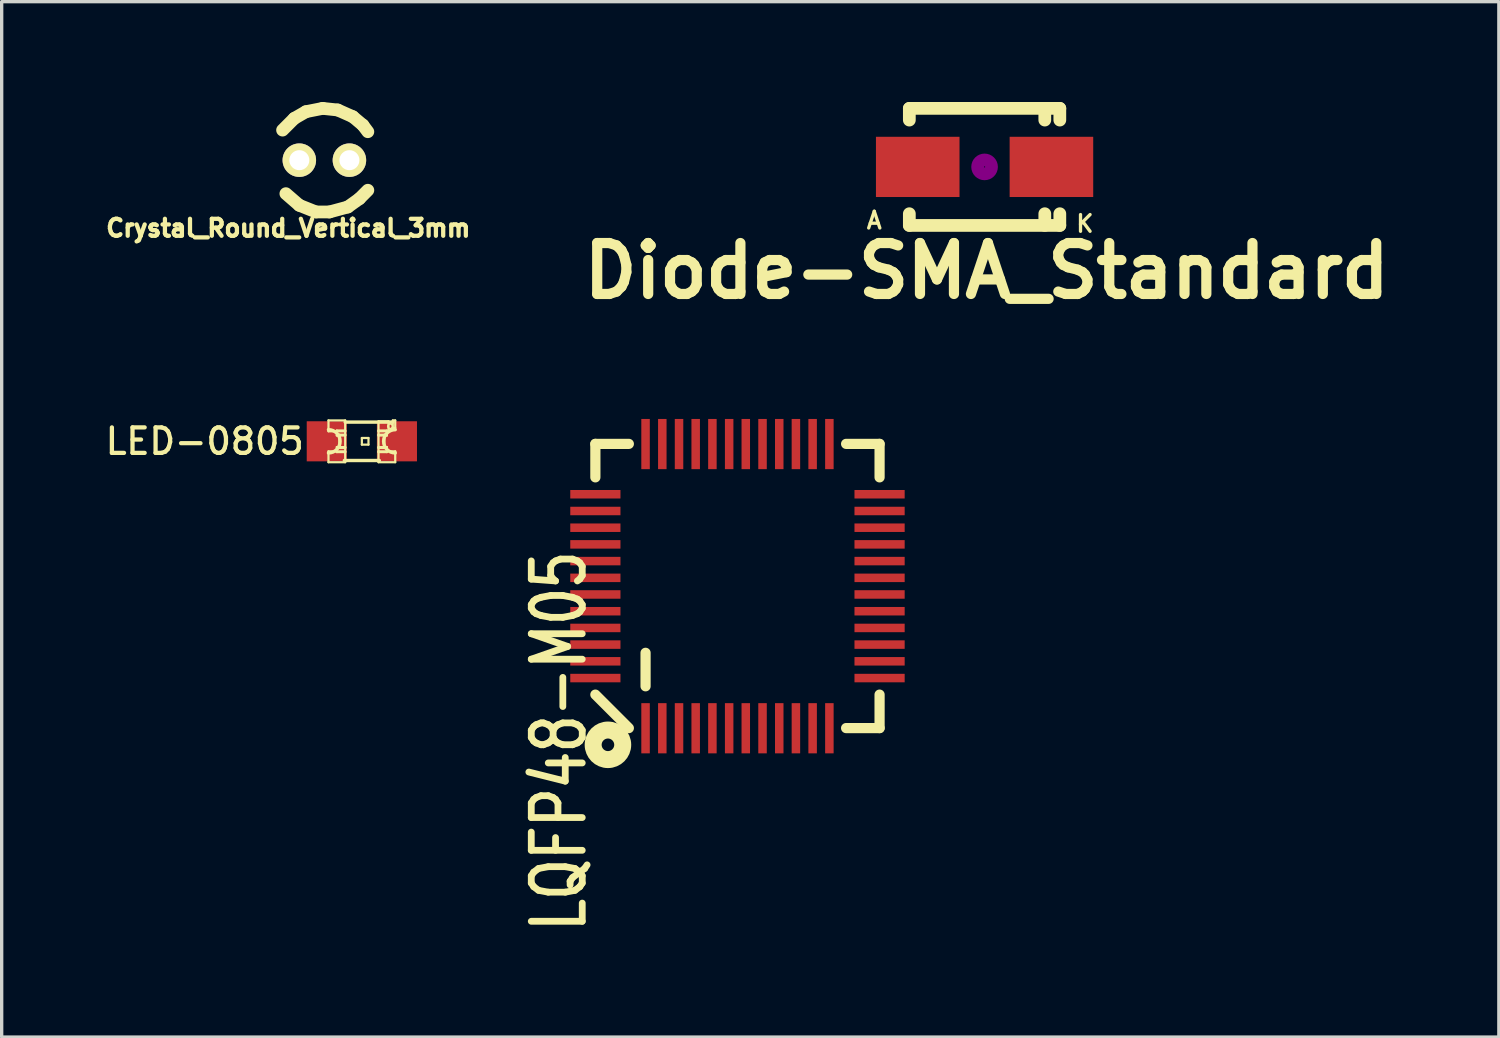
<source format=kicad_pcb>
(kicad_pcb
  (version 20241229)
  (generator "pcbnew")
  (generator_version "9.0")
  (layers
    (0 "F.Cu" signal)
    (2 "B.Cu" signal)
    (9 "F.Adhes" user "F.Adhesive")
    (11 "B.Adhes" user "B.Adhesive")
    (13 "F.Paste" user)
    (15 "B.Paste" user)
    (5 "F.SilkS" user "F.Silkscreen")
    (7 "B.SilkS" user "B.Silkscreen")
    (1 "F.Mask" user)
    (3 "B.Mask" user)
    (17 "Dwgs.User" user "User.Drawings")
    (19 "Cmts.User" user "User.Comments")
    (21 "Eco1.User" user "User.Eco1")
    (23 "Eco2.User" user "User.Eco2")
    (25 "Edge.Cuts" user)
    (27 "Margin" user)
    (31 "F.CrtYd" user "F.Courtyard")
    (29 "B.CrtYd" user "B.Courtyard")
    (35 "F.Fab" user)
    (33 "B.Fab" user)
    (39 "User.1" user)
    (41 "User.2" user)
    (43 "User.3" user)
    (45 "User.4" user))
  (footprint "LQFP48-M05"
    (layer "F.Cu")
    (at 19.001 14.476)
    (property "Reference" "LQFP48-M05" (at -5.334 4.636 90) (layer "F.SilkS") (effects (font (size 1.524 1.143) (thickness 0.203))))
    (attr smd)
    (fp_line (start -4.247 -4.252) (end -3.246 -4.252) (stroke (width 0.305) (type solid)) (layer "F.SilkS"))
    (fp_line (start -4.247 -3.251) (end -4.247 -4.252) (stroke (width 0.305) (type solid)) (layer "F.SilkS"))
    (fp_line (start -4.247 3.246) (end -3.246 4.247) (stroke (width 0.305) (type solid)) (layer "F.SilkS"))
    (fp_line (start -2.746 2.997) (end -2.746 1.996) (stroke (width 0.305) (type solid)) (layer "F.SilkS"))
    (fp_line (start 4.252 -4.252) (end 3.251 -4.252) (stroke (width 0.305) (type solid)) (layer "F.SilkS"))
    (fp_line (start 4.252 -3.251) (end 4.252 -4.252) (stroke (width 0.305) (type solid)) (layer "F.SilkS"))
    (fp_line (start 4.252 3.246) (end 4.252 4.247) (stroke (width 0.305) (type solid)) (layer "F.SilkS"))
    (fp_line (start 4.252 4.247) (end 3.251 4.247) (stroke (width 0.305) (type solid)) (layer "F.SilkS"))
    (fp_circle (center -3.871 4.747) (end -3.683 4.747) (stroke (width 0.508) (type solid)) (fill no) (layer "F.SilkS"))
    (pad "1" smd rect (at -2.746 4.252) (size 0.254 1.501) (layers "F.Cu" "F.Mask" "F.Paste"))
    (pad "2" smd rect (at -2.245 4.252) (size 0.254 1.501) (layers "F.Cu" "F.Mask" "F.Paste"))
    (pad "3" smd rect (at -1.745 4.252) (size 0.254 1.501) (layers "F.Cu" "F.Mask" "F.Paste"))
    (pad "4" smd rect (at -1.247 4.252) (size 0.254 1.501) (layers "F.Cu" "F.Mask" "F.Paste"))
    (pad "5" smd rect (at -0.747 4.252) (size 0.254 1.501) (layers "F.Cu" "F.Mask" "F.Paste"))
    (pad "6" smd rect (at -0.246 4.252) (size 0.254 1.501) (layers "F.Cu" "F.Mask" "F.Paste"))
    (pad "7" smd rect (at 0.251 4.252) (size 0.254 1.501) (layers "F.Cu" "F.Mask" "F.Paste"))
    (pad "8" smd rect (at 0.752 4.252) (size 0.254 1.501) (layers "F.Cu" "F.Mask" "F.Paste"))
    (pad "9" smd rect (at 1.252 4.252) (size 0.254 1.501) (layers "F.Cu" "F.Mask" "F.Paste"))
    (pad "10" smd rect (at 1.75 4.252) (size 0.254 1.501) (layers "F.Cu" "F.Mask" "F.Paste"))
    (pad "11" smd rect (at 2.25 4.252) (size 0.254 1.501) (layers "F.Cu" "F.Mask" "F.Paste"))
    (pad "12" smd rect (at 2.751 4.252) (size 0.254 1.501) (layers "F.Cu" "F.Mask" "F.Paste"))
    (pad "13" smd rect (at 4.252 2.751 90) (size 0.254 1.501) (layers "F.Cu" "F.Mask" "F.Paste"))
    (pad "14" smd rect (at 4.252 2.25 90) (size 0.254 1.501) (layers "F.Cu" "F.Mask" "F.Paste"))
    (pad "15" smd rect (at 4.252 1.75 90) (size 0.254 1.501) (layers "F.Cu" "F.Mask" "F.Paste"))
    (pad "16" smd rect (at 4.252 1.252 90) (size 0.254 1.501) (layers "F.Cu" "F.Mask" "F.Paste"))
    (pad "17" smd rect (at 4.252 0.752 90) (size 0.254 1.501) (layers "F.Cu" "F.Mask" "F.Paste"))
    (pad "18" smd rect (at 4.252 0.251 90) (size 0.254 1.501) (layers "F.Cu" "F.Mask" "F.Paste"))
    (pad "19" smd rect (at 4.252 -0.246 90) (size 0.254 1.501) (layers "F.Cu" "F.Mask" "F.Paste"))
    (pad "20" smd rect (at 4.252 -0.747 90) (size 0.254 1.501) (layers "F.Cu" "F.Mask" "F.Paste"))
    (pad "21" smd rect (at 4.252 -1.247 90) (size 0.254 1.501) (layers "F.Cu" "F.Mask" "F.Paste"))
    (pad "22" smd rect (at 4.252 -1.745 90) (size 0.254 1.501) (layers "F.Cu" "F.Mask" "F.Paste"))
    (pad "23" smd rect (at 4.252 -2.245 90) (size 0.254 1.501) (layers "F.Cu" "F.Mask" "F.Paste"))
    (pad "24" smd rect (at 4.252 -2.746 90) (size 0.254 1.501) (layers "F.Cu" "F.Mask" "F.Paste"))
    (pad "25" smd rect (at 2.751 -4.247) (size 0.254 1.501) (layers "F.Cu" "F.Mask" "F.Paste"))
    (pad "26" smd rect (at 2.25 -4.247) (size 0.254 1.501) (layers "F.Cu" "F.Mask" "F.Paste"))
    (pad "27" smd rect (at 1.75 -4.247) (size 0.254 1.501) (layers "F.Cu" "F.Mask" "F.Paste"))
    (pad "28" smd rect (at 1.252 -4.247) (size 0.254 1.501) (layers "F.Cu" "F.Mask" "F.Paste"))
    (pad "29" smd rect (at 0.752 -4.247) (size 0.254 1.501) (layers "F.Cu" "F.Mask" "F.Paste"))
    (pad "30" smd rect (at 0.251 -4.247) (size 0.254 1.501) (layers "F.Cu" "F.Mask" "F.Paste"))
    (pad "31" smd rect (at -0.246 -4.247) (size 0.254 1.501) (layers "F.Cu" "F.Mask" "F.Paste"))
    (pad "32" smd rect (at -0.747 -4.247) (size 0.254 1.501) (layers "F.Cu" "F.Mask" "F.Paste"))
    (pad "33" smd rect (at -1.247 -4.247) (size 0.254 1.501) (layers "F.Cu" "F.Mask" "F.Paste"))
    (pad "34" smd rect (at -1.745 -4.247) (size 0.254 1.501) (layers "F.Cu" "F.Mask" "F.Paste"))
    (pad "35" smd rect (at -2.245 -4.247) (size 0.254 1.501) (layers "F.Cu" "F.Mask" "F.Paste"))
    (pad "36" smd rect (at -2.746 -4.247) (size 0.254 1.501) (layers "F.Cu" "F.Mask" "F.Paste"))
    (pad "37" smd rect (at -4.247 -2.746 90) (size 0.254 1.501) (layers "F.Cu" "F.Mask" "F.Paste"))
    (pad "38" smd rect (at -4.247 -2.245 90) (size 0.254 1.501) (layers "F.Cu" "F.Mask" "F.Paste"))
    (pad "39" smd rect (at -4.247 -1.745 90) (size 0.254 1.501) (layers "F.Cu" "F.Mask" "F.Paste"))
    (pad "40" smd rect (at -4.247 -1.247 90) (size 0.254 1.501) (layers "F.Cu" "F.Mask" "F.Paste"))
    (pad "41" smd rect (at -4.247 -0.747 90) (size 0.254 1.501) (layers "F.Cu" "F.Mask" "F.Paste"))
    (pad "42" smd rect (at -4.247 -0.246 90) (size 0.254 1.501) (layers "F.Cu" "F.Mask" "F.Paste"))
    (pad "43" smd rect (at -4.247 0.251 90) (size 0.254 1.501) (layers "F.Cu" "F.Mask" "F.Paste"))
    (pad "44" smd rect (at -4.247 0.752 90) (size 0.254 1.501) (layers "F.Cu" "F.Mask" "F.Paste"))
    (pad "45" smd rect (at -4.247 1.252 90) (size 0.254 1.501) (layers "F.Cu" "F.Mask" "F.Paste"))
    (pad "46" smd rect (at -4.247 1.75 90) (size 0.254 1.501) (layers "F.Cu" "F.Mask" "F.Paste"))
    (pad "47" smd rect (at -4.247 2.25 90) (size 0.254 1.501) (layers "F.Cu" "F.Mask" "F.Paste"))
    (pad "48" smd rect (at -4.247 2.751 90) (size 0.254 1.501) (layers "F.Cu" "F.Mask" "F.Paste")))
  (footprint "LED-0805"
    (layer "F.Cu")
    (at 7.771 10.147)
    (property "Reference" "LED-0805" (at -4.699 0 0) (layer "F.SilkS") (effects (font (size 0.762 0.762) (thickness 0.127))))
    (attr smd)
    (fp_line (start -0.998 -0.625) (end -0.998 -0.3) (stroke (width 0.066) (type solid)) (layer "F.SilkS"))
    (fp_line (start -0.998 -0.625) (end -0.498 -0.625) (stroke (width 0.066) (type solid)) (layer "F.SilkS"))
    (fp_line (start -0.998 -0.3) (end -0.498 -0.3) (stroke (width 0.066) (type solid)) (layer "F.SilkS"))
    (fp_line (start -0.998 0.3) (end -0.998 0.625) (stroke (width 0.066) (type solid)) (layer "F.SilkS"))
    (fp_line (start -0.998 0.3) (end -0.498 0.3) (stroke (width 0.066) (type solid)) (layer "F.SilkS"))
    (fp_line (start -0.998 0.625) (end -0.498 0.625) (stroke (width 0.066) (type solid)) (layer "F.SilkS"))
    (fp_line (start -0.749 -0.323) (end -0.749 -0.173) (stroke (width 0.066) (type solid)) (layer "F.SilkS"))
    (fp_line (start -0.749 -0.323) (end -0.498 -0.323) (stroke (width 0.066) (type solid)) (layer "F.SilkS"))
    (fp_line (start -0.749 -0.173) (end -0.498 -0.173) (stroke (width 0.066) (type solid)) (layer "F.SilkS"))
    (fp_line (start -0.749 0.173) (end -0.749 0.323) (stroke (width 0.066) (type solid)) (layer "F.SilkS"))
    (fp_line (start -0.749 0.173) (end -0.498 0.173) (stroke (width 0.066) (type solid)) (layer "F.SilkS"))
    (fp_line (start -0.749 0.323) (end -0.498 0.323) (stroke (width 0.066) (type solid)) (layer "F.SilkS"))
    (fp_line (start -0.673 -0.198) (end -0.673 0.198) (stroke (width 0.066) (type solid)) (layer "F.SilkS"))
    (fp_line (start -0.673 -0.198) (end -0.498 -0.198) (stroke (width 0.066) (type solid)) (layer "F.SilkS"))
    (fp_line (start -0.673 0.198) (end -0.498 0.198) (stroke (width 0.066) (type solid)) (layer "F.SilkS"))
    (fp_line (start -0.498 -0.625) (end -0.498 -0.3) (stroke (width 0.066) (type solid)) (layer "F.SilkS"))
    (fp_line (start -0.498 -0.574) (end 0.925 -0.574) (stroke (width 0.102) (type solid)) (layer "F.SilkS"))
    (fp_line (start -0.498 -0.323) (end -0.498 -0.173) (stroke (width 0.066) (type solid)) (layer "F.SilkS"))
    (fp_line (start -0.498 -0.198) (end -0.498 0.198) (stroke (width 0.066) (type solid)) (layer "F.SilkS"))
    (fp_line (start -0.498 0.173) (end -0.498 0.323) (stroke (width 0.066) (type solid)) (layer "F.SilkS"))
    (fp_line (start -0.498 0.3) (end -0.498 0.625) (stroke (width 0.066) (type solid)) (layer "F.SilkS"))
    (fp_line (start 0 -0.099) (end 0 0.099) (stroke (width 0.066) (type solid)) (layer "F.SilkS"))
    (fp_line (start 0 -0.099) (end 0.198 -0.099) (stroke (width 0.066) (type solid)) (layer "F.SilkS"))
    (fp_line (start 0 0.099) (end 0.198 0.099) (stroke (width 0.066) (type solid)) (layer "F.SilkS"))
    (fp_line (start 0.198 -0.099) (end 0.198 0.099) (stroke (width 0.066) (type solid)) (layer "F.SilkS"))
    (fp_line (start 0.498 -0.599) (end 0.498 -0.3) (stroke (width 0.066) (type solid)) (layer "F.SilkS"))
    (fp_line (start 0.498 -0.599) (end 0.798 -0.599) (stroke (width 0.066) (type solid)) (layer "F.SilkS"))
    (fp_line (start 0.498 -0.323) (end 0.498 -0.173) (stroke (width 0.066) (type solid)) (layer "F.SilkS"))
    (fp_line (start 0.498 -0.323) (end 0.749 -0.323) (stroke (width 0.066) (type solid)) (layer "F.SilkS"))
    (fp_line (start 0.498 -0.3) (end 0.798 -0.3) (stroke (width 0.066) (type solid)) (layer "F.SilkS"))
    (fp_line (start 0.498 -0.198) (end 0.498 0.198) (stroke (width 0.066) (type solid)) (layer "F.SilkS"))
    (fp_line (start 0.498 -0.198) (end 0.673 -0.198) (stroke (width 0.066) (type solid)) (layer "F.SilkS"))
    (fp_line (start 0.498 -0.173) (end 0.749 -0.173) (stroke (width 0.066) (type solid)) (layer "F.SilkS"))
    (fp_line (start 0.498 0.173) (end 0.498 0.323) (stroke (width 0.066) (type solid)) (layer "F.SilkS"))
    (fp_line (start 0.498 0.173) (end 0.749 0.173) (stroke (width 0.066) (type solid)) (layer "F.SilkS"))
    (fp_line (start 0.498 0.198) (end 0.673 0.198) (stroke (width 0.066) (type solid)) (layer "F.SilkS"))
    (fp_line (start 0.498 0.3) (end 0.498 0.625) (stroke (width 0.066) (type solid)) (layer "F.SilkS"))
    (fp_line (start 0.498 0.3) (end 0.998 0.3) (stroke (width 0.066) (type solid)) (layer "F.SilkS"))
    (fp_line (start 0.498 0.323) (end 0.749 0.323) (stroke (width 0.066) (type solid)) (layer "F.SilkS"))
    (fp_line (start 0.498 0.625) (end 0.998 0.625) (stroke (width 0.066) (type solid)) (layer "F.SilkS"))
    (fp_line (start 0.523 0.574) (end -0.523 0.574) (stroke (width 0.102) (type solid)) (layer "F.SilkS"))
    (fp_line (start 0.673 -0.198) (end 0.673 0.198) (stroke (width 0.066) (type solid)) (layer "F.SilkS"))
    (fp_line (start 0.749 -0.323) (end 0.749 -0.173) (stroke (width 0.066) (type solid)) (layer "F.SilkS"))
    (fp_line (start 0.749 0.173) (end 0.749 0.323) (stroke (width 0.066) (type solid)) (layer "F.SilkS"))
    (fp_line (start 0.798 -0.599) (end 0.798 -0.3) (stroke (width 0.066) (type solid)) (layer "F.SilkS"))
    (fp_line (start 0.925 -0.625) (end 0.925 -0.399) (stroke (width 0.066) (type solid)) (layer "F.SilkS"))
    (fp_line (start 0.925 -0.625) (end 0.998 -0.625) (stroke (width 0.066) (type solid)) (layer "F.SilkS"))
    (fp_line (start 0.925 -0.399) (end 0.998 -0.399) (stroke (width 0.066) (type solid)) (layer "F.SilkS"))
    (fp_line (start 0.998 -0.625) (end 0.998 -0.399) (stroke (width 0.066) (type solid)) (layer "F.SilkS"))
    (fp_line (start 0.998 0.3) (end 0.998 0.625) (stroke (width 0.066) (type solid)) (layer "F.SilkS"))
    (fp_arc (start -0.99822 -0.34798) (mid -0.65024 0) (end -0.99822 0.34798) (stroke (width 0.1016) (type solid)) (layer "F.SilkS"))
    (fp_arc (start 0.99822 0.34798) (mid 0.65024 0) (end 0.99822 -0.34798) (stroke (width 0.1016) (type solid)) (layer "F.SilkS"))
    (fp_circle (center 0.848 -0.45) (end 0.899 -0.5) (stroke (width 0.051) (type solid)) (fill no) (layer "F.SilkS"))
    (pad "1" smd rect (at -1.049 0) (size 1.199 1.199) (layers "F.Cu" "F.Mask" "F.Paste"))
    (pad "2" smd rect (at 1.049 0) (size 1.199 1.199) (layers "F.Cu" "F.Mask" "F.Paste")))
  (footprint "Diode-SMA_Standard"
    (layer "F.Cu")
    (at 26.393 1.941)
    (property "Reference" "Diode-SMA_Standard" (at 0.064 3.111 0) (layer "F.SilkS") (effects (font (size 1.524 1.524) (thickness 0.305))))
    (attr smd)
    (fp_line (start -2.25 -1.75) (end -2.25 -1.4) (stroke (width 0.381) (type solid)) (layer "F.SilkS"))
    (fp_line (start -2.25 -1.75) (end 2.25 -1.75) (stroke (width 0.381) (type solid)) (layer "F.SilkS"))
    (fp_line (start -2.25 1.75) (end -2.25 1.4) (stroke (width 0.381) (type solid)) (layer "F.SilkS"))
    (fp_line (start -2.25 1.75) (end 2.25 1.75) (stroke (width 0.381) (type solid)) (layer "F.SilkS"))
    (fp_line (start 1.801 -1.75) (end 1.801 -1.4) (stroke (width 0.381) (type solid)) (layer "F.SilkS"))
    (fp_line (start 1.801 1.75) (end 1.801 1.4) (stroke (width 0.381) (type solid)) (layer "F.SilkS"))
    (fp_line (start 2.25 -1.75) (end 2.25 -1.4) (stroke (width 0.381) (type solid)) (layer "F.SilkS"))
    (fp_line (start 2.25 1.75) (end 2.25 1.4) (stroke (width 0.381) (type solid)) (layer "F.SilkS"))
    (fp_circle (center 0 0) (end 0.201 -0.051) (stroke (width 0.381) (type solid)) (fill no) (layer "F.Adhes"))
    (fp_text user "A" (at -3.299 1.6 0) (layer "F.SilkS") (effects (font (size 0.5 0.5) (thickness 0.099))))
    (fp_text user "K" (at 3 1.699 0) (layer "F.SilkS") (effects (font (size 0.5 0.5) (thickness 0.099))))
    (pad "1" smd rect (at -1.999 0) (size 2.499 1.801) (layers "F.Cu" "F.Mask" "F.Paste"))
    (pad "2" smd rect (at 1.999 0) (size 2.499 1.801) (layers "F.Cu" "F.Mask" "F.Paste")))
  (footprint "Crystal_Round_Vertical_3mm"
    (layer "F.Cu")
    (at 6.65 1.74)
    (property "Reference" "Crystal_Round_Vertical_3mm" (at -1.079 2.032 0) (layer "F.SilkS") (effects (font (size 0.508 0.508) (thickness 0.127))))
    (attr through_hole)
    (fp_line (start -0.899 -1.25) (end -1.25 -0.899) (stroke (width 0.381) (type solid)) (layer "F.SilkS"))
    (fp_line (start -0.749 1.349) (end -1.151 1.001) (stroke (width 0.381) (type solid)) (layer "F.SilkS"))
    (fp_line (start -0.551 -1.45) (end -0.899 -1.25) (stroke (width 0.381) (type solid)) (layer "F.SilkS"))
    (fp_line (start -0.249 1.549) (end -0.749 1.349) (stroke (width 0.381) (type solid)) (layer "F.SilkS"))
    (fp_line (start -0.051 -1.549) (end -0.551 -1.45) (stroke (width 0.381) (type solid)) (layer "F.SilkS"))
    (fp_line (start 0.15 1.549) (end -0.249 1.549) (stroke (width 0.381) (type solid)) (layer "F.SilkS"))
    (fp_line (start 0.399 -1.501) (end -0.051 -1.549) (stroke (width 0.381) (type solid)) (layer "F.SilkS"))
    (fp_line (start 0.701 1.4) (end 0.15 1.549) (stroke (width 0.381) (type solid)) (layer "F.SilkS"))
    (fp_line (start 0.851 -1.3) (end 0.399 -1.501) (stroke (width 0.381) (type solid)) (layer "F.SilkS"))
    (fp_line (start 1.049 1.151) (end 0.701 1.4) (stroke (width 0.381) (type solid)) (layer "F.SilkS"))
    (fp_line (start 1.151 -1.049) (end 0.851 -1.3) (stroke (width 0.381) (type solid)) (layer "F.SilkS"))
    (fp_line (start 1.3 -0.851) (end 1.151 -1.049) (stroke (width 0.381) (type solid)) (layer "F.SilkS"))
    (fp_line (start 1.3 0.899) (end 1.049 1.151) (stroke (width 0.381) (type solid)) (layer "F.SilkS"))
    (pad "1" thru_hole circle (at -0.749 0) (size 1.001 1.001) (drill 0.599) (layers "*.Cu" "*.Mask" "F.SilkS"))
    (pad "2" thru_hole circle (at 0.749 0) (size 1.001 1.001) (drill 0.599) (layers "*.Cu" "*.Mask" "F.SilkS")))
  (gr_rect
    (start -3 -3)
    (end 41.772 27.963)
    (stroke (width 0.1) (type default))
    (fill no)
    (layer "Edge.Cuts")))
</source>
